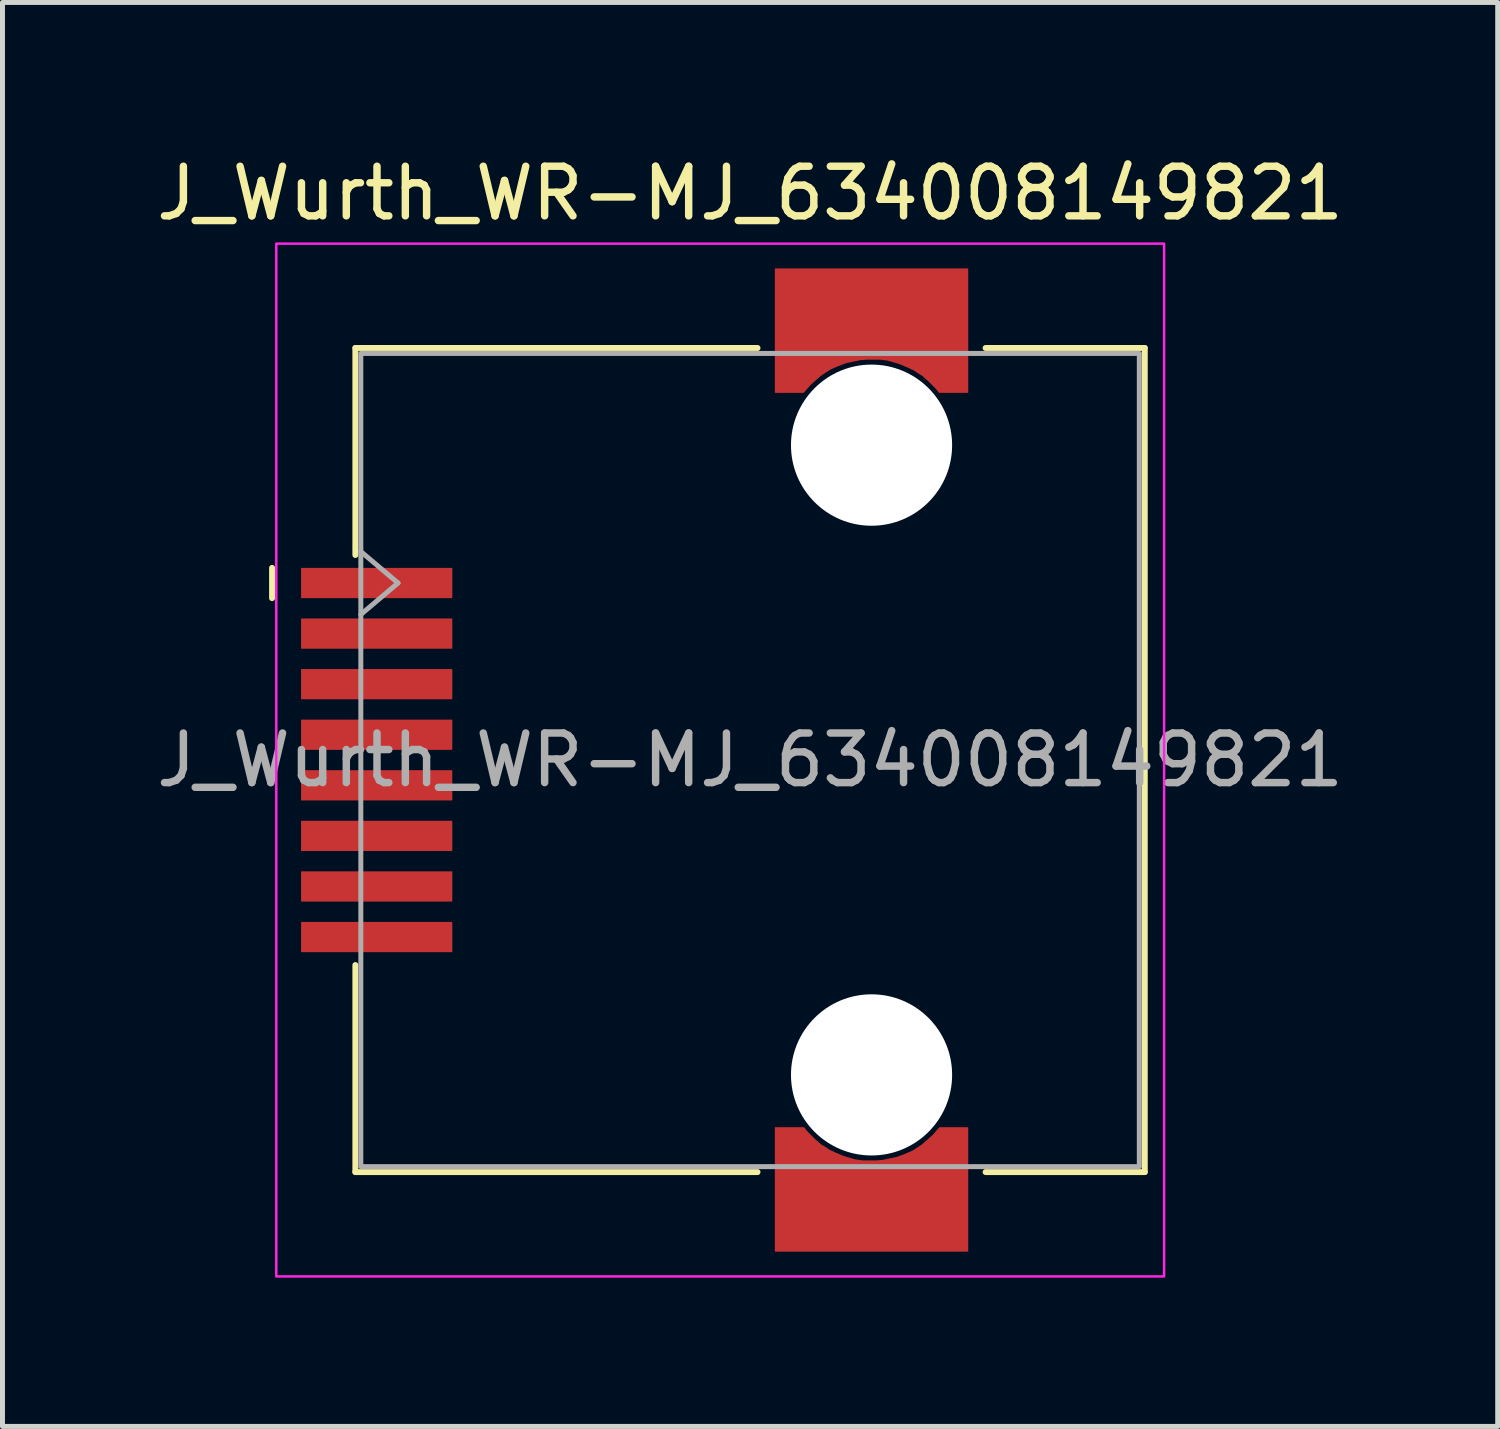
<source format=kicad_pcb>
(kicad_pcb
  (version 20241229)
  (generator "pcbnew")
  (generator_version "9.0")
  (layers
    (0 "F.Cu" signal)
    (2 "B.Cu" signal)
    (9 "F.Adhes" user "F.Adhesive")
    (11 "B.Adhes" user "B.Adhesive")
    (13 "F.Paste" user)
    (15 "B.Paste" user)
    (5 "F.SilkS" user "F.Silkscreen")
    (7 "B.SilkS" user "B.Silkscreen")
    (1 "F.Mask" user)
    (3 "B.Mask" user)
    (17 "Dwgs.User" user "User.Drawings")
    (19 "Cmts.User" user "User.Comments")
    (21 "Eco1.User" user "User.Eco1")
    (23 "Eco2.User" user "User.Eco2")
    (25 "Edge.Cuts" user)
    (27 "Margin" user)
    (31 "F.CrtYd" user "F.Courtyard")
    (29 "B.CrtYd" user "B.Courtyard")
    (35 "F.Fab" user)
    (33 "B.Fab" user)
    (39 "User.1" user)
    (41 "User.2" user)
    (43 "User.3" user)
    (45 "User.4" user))
  (footprint "J_Wurth_WR-MJ_634008149821"
    (layer "F.Cu")
    (at 12.077 12.278)
    (property "Reference" "J_Wurth_WR-MJ_634008149821" (at 0 -11.43 0) (unlocked yes) (layer "F.SilkS") (effects (font (size 1 1) (thickness 0.15))))
    (attr smd)
    (fp_line (start -9.64 -3.875) (end -9.64 -3.265) (stroke (width 0.12) (type solid)) (layer "F.SilkS"))
    (fp_line (start -7.96 -4.135) (end -7.96 -8.31) (stroke (width 0.12) (type solid)) (layer "F.SilkS"))
    (fp_line (start -7.96 4.135) (end -7.96 8.31) (stroke (width 0.12) (type solid)) (layer "F.SilkS"))
    (fp_line (start 0.15 -8.31) (end -7.96 -8.31) (stroke (width 0.12) (type solid)) (layer "F.SilkS"))
    (fp_line (start 0.15 8.31) (end -7.96 8.31) (stroke (width 0.12) (type solid)) (layer "F.SilkS"))
    (fp_line (start 4.75 -8.31) (end 7.96 -8.31) (stroke (width 0.12) (type solid)) (layer "F.SilkS"))
    (fp_line (start 4.75 8.31) (end 7.96 8.31) (stroke (width 0.12) (type solid)) (layer "F.SilkS"))
    (fp_line (start 7.96 -8.31) (end 7.96 8.31) (stroke (width 0.12) (type solid)) (layer "F.SilkS"))
    (fp_rect (start -9.555 -10.415) (end 8.35 10.415) (stroke (width 0.05) (type solid)) (fill no) (layer "F.CrtYd"))
    (fp_line (start -7.1 -3.57) (end -7.85 -4.205) (stroke (width 0.1) (type solid)) (layer "F.Fab"))
    (fp_line (start -7.1 -3.57) (end -7.85 -2.935) (stroke (width 0.1) (type solid)) (layer "F.Fab"))
    (fp_rect (start -7.85 -8.2) (end 7.85 8.2) (stroke (width 0.1) (type solid)) (fill no) (layer "F.Fab"))
    (fp_text user "${REFERENCE}" (at 0 0 0) (unlocked yes) (layer "F.Fab") (effects (font (size 1 1) (thickness 0.15))))
    (pad "" np_thru_hole circle (at 2.45 -6.35 90) (size 3.25 3.25) (drill 3.25) (layers "*.Cu" "*.Mask"))
    (pad "" np_thru_hole circle (at 2.45 6.35 90) (size 3.25 3.25) (drill 3.25) (layers "*.Cu" "*.Mask"))
    (pad "1" smd rect (at -7.53 -3.57 90) (size 0.61 3.05) (layers "F.Cu" "F.Mask" "F.Paste"))
    (pad "2" smd rect (at -7.53 -2.55 90) (size 0.61 3.05) (layers "F.Cu" "F.Mask" "F.Paste"))
    (pad "3" smd rect (at -7.53 -1.53 90) (size 0.61 3.05) (layers "F.Cu" "F.Mask" "F.Paste"))
    (pad "4" smd rect (at -7.53 -0.51 90) (size 0.61 3.05) (layers "F.Cu" "F.Mask" "F.Paste"))
    (pad "5" smd rect (at -7.53 0.51 90) (size 0.61 3.05) (layers "F.Cu" "F.Mask" "F.Paste"))
    (pad "6" smd rect (at -7.53 1.53 90) (size 0.61 3.05) (layers "F.Cu" "F.Mask" "F.Paste"))
    (pad "7" smd rect (at -7.53 2.55 90) (size 0.61 3.05) (layers "F.Cu" "F.Mask" "F.Paste"))
    (pad "8" smd rect (at -7.53 3.57 90) (size 0.61 3.05) (layers "F.Cu" "F.Mask" "F.Paste"))
    (pad "S1" smd custom (at 2.45 9 90) (size 1 3.89) (layers "F.Cu" "F.Mask" "F.Paste") (options (anchor rect)) (primitives (gr_poly (pts (xy 1.59 1.37) (xy 1.59 1.945) (xy -0.91 1.945) (xy -0.91 -1.945) (xy 1.59 -1.945) (xy 1.59 -1.36) (xy 1.56 -1.34) (xy 1.51 -1.3) (xy 1.34 -1.13) (xy 1.3 -1.08) (xy 1.25 -1.03) (xy 1.21 -0.96) (xy 1.13 -0.84) (xy 1.11 -0.79) (xy 1.08 -0.73) (xy 1.06 -0.68) (xy 1.02 -0.59) (xy 0.99 -0.5) (xy 0.97 -0.43) (xy 0.94 -0.32) (xy 0.92 -0.17) (xy 0.92 0.08) (xy 0.93 0.22) (xy 0.96 0.36) (xy 0.99 0.51) (xy 1.05 0.67) (xy 1.12 0.83) (xy 1.23 1) (xy 1.33 1.12) (xy 1.44 1.24)) (width 0.01) (fill yes))))
    (pad "S2" smd custom (at 2.45 -9 90) (size 1 3.89) (layers "F.Cu" "F.Mask" "F.Paste") (options (anchor rect)) (primitives (gr_poly (pts (xy -1.59 -1.37) (xy -1.59 -1.945) (xy 0.91 -1.945) (xy 0.91 1.945) (xy -1.59 1.945) (xy -1.59 1.36) (xy -1.56 1.34) (xy -1.51 1.3) (xy -1.34 1.13) (xy -1.3 1.08) (xy -1.25 1.03) (xy -1.21 0.96) (xy -1.13 0.84) (xy -1.11 0.79) (xy -1.08 0.73) (xy -1.06 0.68) (xy -1.02 0.59) (xy -0.99 0.5) (xy -0.97 0.43) (xy -0.94 0.32) (xy -0.92 0.17) (xy -0.92 -0.08) (xy -0.93 -0.22) (xy -0.96 -0.36) (xy -0.99 -0.51) (xy -1.05 -0.67) (xy -1.12 -0.83) (xy -1.23 -1) (xy -1.33 -1.12) (xy -1.44 -1.24)) (width 0.01) (fill yes)))))
  (gr_rect
    (start -3 -3)
    (end 27.155 25.718)
    (stroke (width 0.1) (type default))
    (fill no)
    (layer "Edge.Cuts")))
</source>
